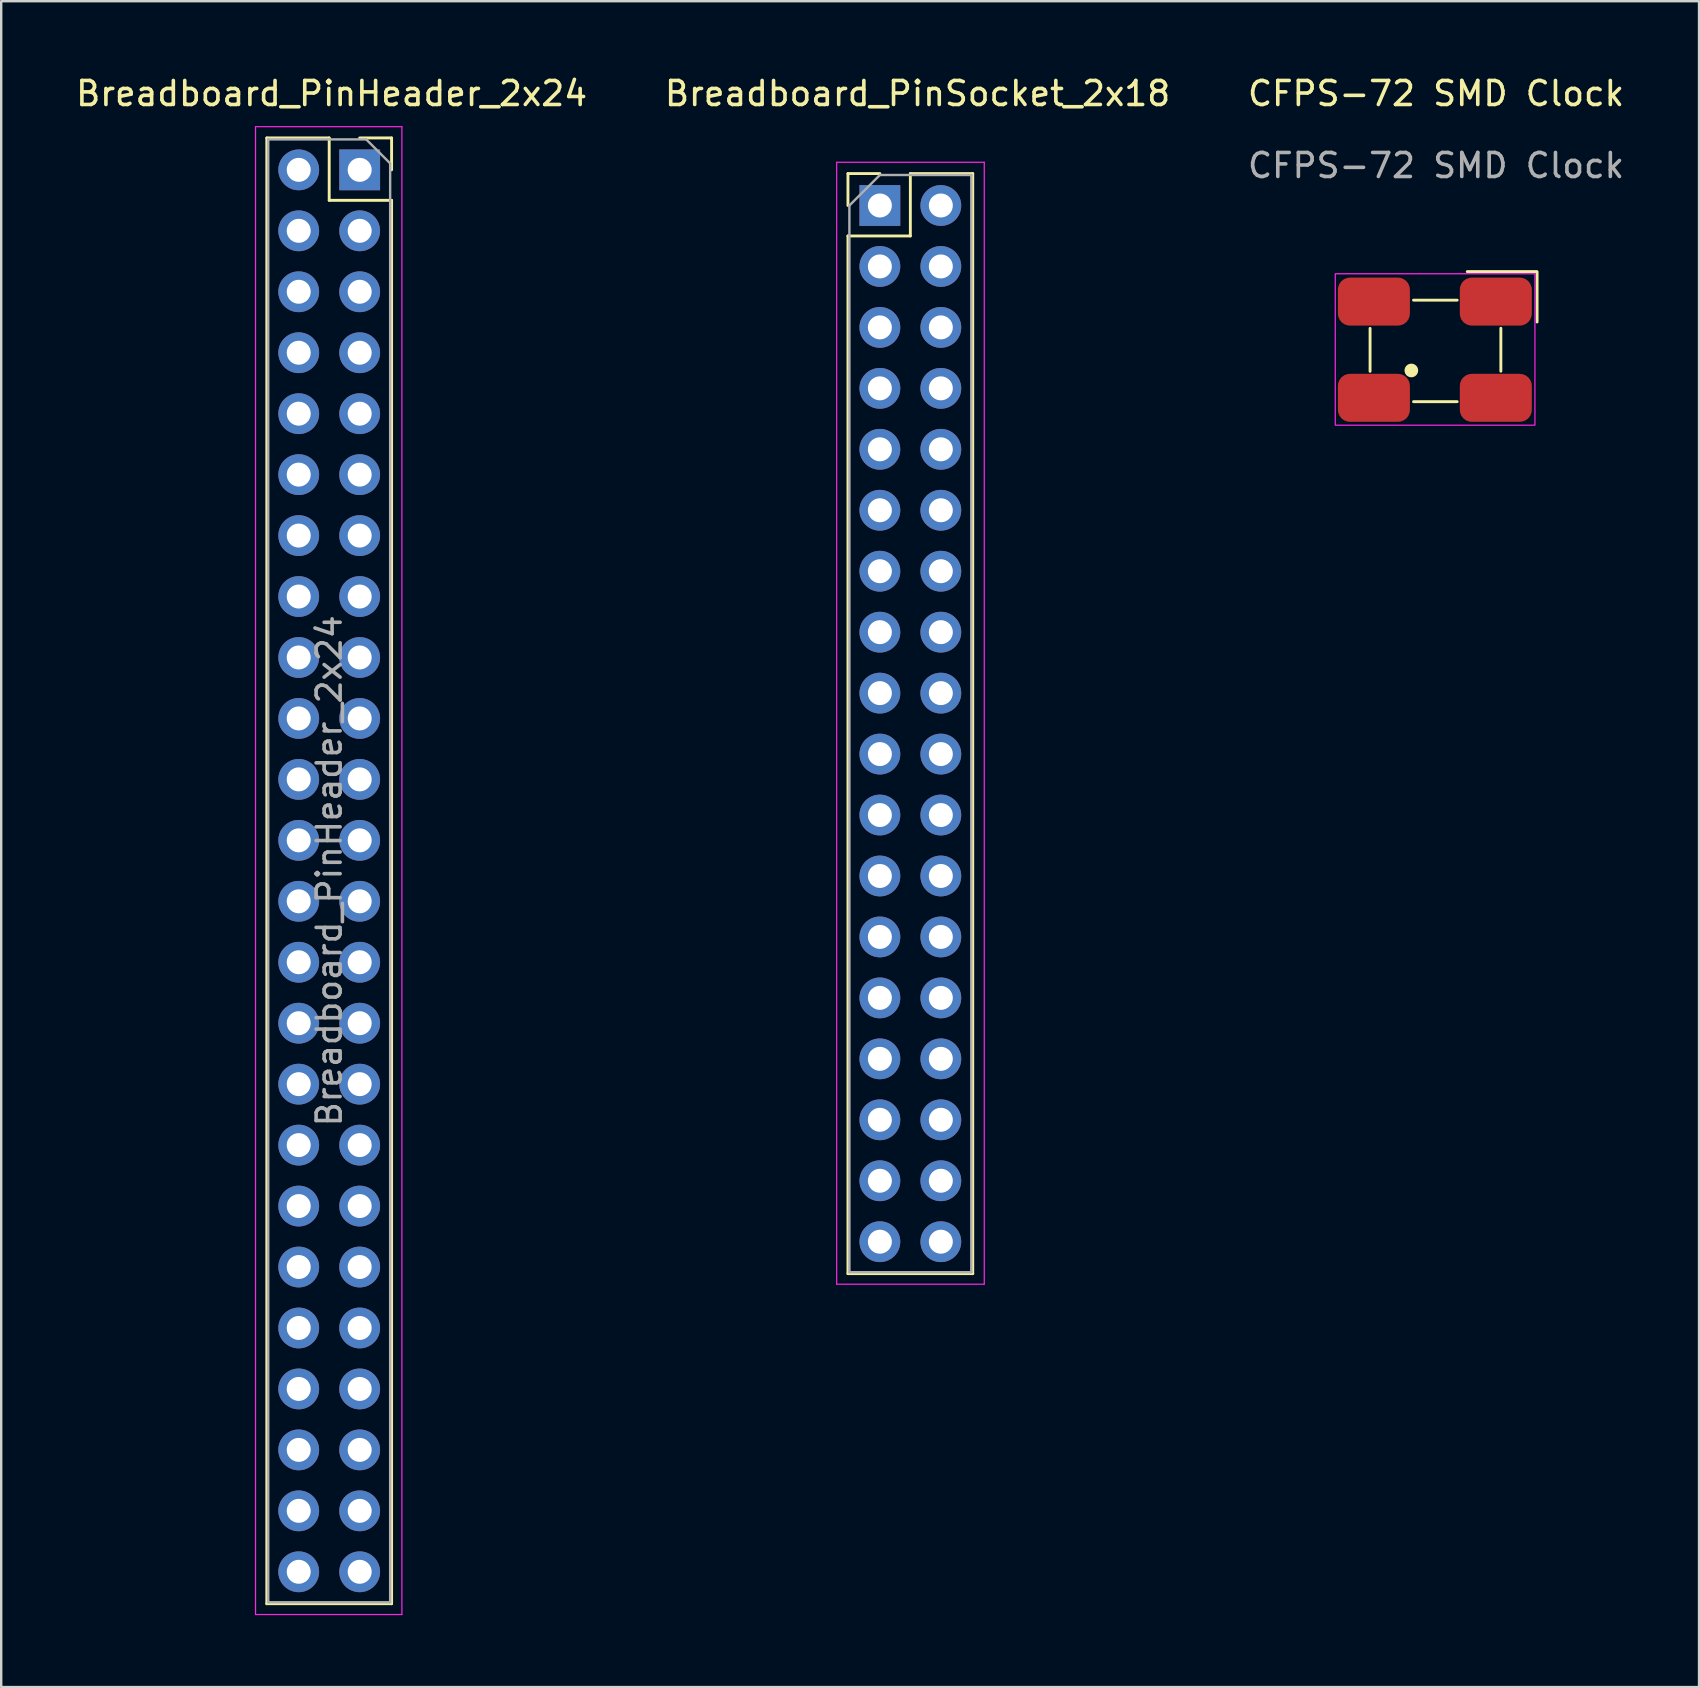
<source format=kicad_pcb>
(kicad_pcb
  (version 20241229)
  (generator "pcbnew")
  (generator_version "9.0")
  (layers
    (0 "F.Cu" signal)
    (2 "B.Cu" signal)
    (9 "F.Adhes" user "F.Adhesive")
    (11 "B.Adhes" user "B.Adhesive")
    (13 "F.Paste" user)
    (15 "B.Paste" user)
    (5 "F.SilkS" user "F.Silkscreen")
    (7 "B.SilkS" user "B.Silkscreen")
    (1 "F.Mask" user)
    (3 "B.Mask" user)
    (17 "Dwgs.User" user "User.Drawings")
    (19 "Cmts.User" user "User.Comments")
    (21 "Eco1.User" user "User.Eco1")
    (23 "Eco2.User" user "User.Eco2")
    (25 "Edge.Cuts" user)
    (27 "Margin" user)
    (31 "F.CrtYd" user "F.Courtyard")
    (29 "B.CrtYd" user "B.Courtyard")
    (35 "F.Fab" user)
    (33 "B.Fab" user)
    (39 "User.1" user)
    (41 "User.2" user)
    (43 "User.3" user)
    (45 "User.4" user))
  (footprint "Breadboard_PinSocket_2x18"
    (layer "F.Cu")
    (at 35.035 19.638)
    (property "Reference" "Breadboard_PinSocket_2x18" (at 0.15 -18.79 0) (unlocked yes) (layer "F.SilkS") (effects (font (size 1 1) (thickness 0.15))))
    (attr through_hole)
    (fp_line (start -2.75 -15.455) (end -1.42 -15.455) (stroke (width 0.12) (type solid)) (layer "F.SilkS"))
    (fp_line (start -2.75 -14.125) (end -2.75 -15.455) (stroke (width 0.12) (type solid)) (layer "F.SilkS"))
    (fp_line (start -2.75 -12.855) (end -2.75 30.385) (stroke (width 0.12) (type solid)) (layer "F.SilkS"))
    (fp_line (start -2.75 -12.855) (end -0.15 -12.855) (stroke (width 0.12) (type solid)) (layer "F.SilkS"))
    (fp_line (start -2.75 30.385) (end 2.45 30.385) (stroke (width 0.12) (type solid)) (layer "F.SilkS"))
    (fp_line (start -0.15 -15.455) (end 2.45 -15.455) (stroke (width 0.12) (type solid)) (layer "F.SilkS"))
    (fp_line (start -0.15 -12.855) (end -0.15 -15.455) (stroke (width 0.12) (type solid)) (layer "F.SilkS"))
    (fp_line (start 2.45 -15.455) (end 2.45 30.385) (stroke (width 0.12) (type solid)) (layer "F.SilkS"))
    (fp_line (start -3.22 -15.925) (end -3.22 30.825) (stroke (width 0.05) (type solid)) (layer "F.CrtYd"))
    (fp_line (start -3.22 30.825) (end 2.93 30.825) (stroke (width 0.05) (type solid)) (layer "F.CrtYd"))
    (fp_line (start 2.93 -15.925) (end -3.22 -15.925) (stroke (width 0.05) (type solid)) (layer "F.CrtYd"))
    (fp_line (start 2.93 30.825) (end 2.93 -15.925) (stroke (width 0.05) (type solid)) (layer "F.CrtYd"))
    (fp_line (start -2.69 -14.125) (end -1.42 -15.395) (stroke (width 0.1) (type solid)) (layer "F.Fab"))
    (fp_line (start -2.69 30.325) (end -2.69 -14.125) (stroke (width 0.1) (type solid)) (layer "F.Fab"))
    (fp_line (start -1.42 -15.395) (end 2.39 -15.395) (stroke (width 0.1) (type solid)) (layer "F.Fab"))
    (fp_line (start 2.39 -15.395) (end 2.39 30.325) (stroke (width 0.1) (type solid)) (layer "F.Fab"))
    (fp_line (start 2.39 30.325) (end -2.69 30.325) (stroke (width 0.1) (type solid)) (layer "F.Fab"))
    (pad "1" thru_hole rect (at -1.42 -14.125) (size 1.7 1.7) (drill 1) (layers "*.Cu" "*.Mask"))
    (pad "2" thru_hole oval (at 1.12 -14.125) (size 1.7 1.7) (drill 1) (layers "*.Cu" "*.Mask"))
    (pad "3" thru_hole oval (at -1.42 -11.585) (size 1.7 1.7) (drill 1) (layers "*.Cu" "*.Mask"))
    (pad "4" thru_hole oval (at 1.12 -11.585) (size 1.7 1.7) (drill 1) (layers "*.Cu" "*.Mask"))
    (pad "5" thru_hole oval (at -1.42 -9.045) (size 1.7 1.7) (drill 1) (layers "*.Cu" "*.Mask"))
    (pad "6" thru_hole oval (at 1.12 -9.045) (size 1.7 1.7) (drill 1) (layers "*.Cu" "*.Mask"))
    (pad "7" thru_hole oval (at -1.42 -6.505) (size 1.7 1.7) (drill 1) (layers "*.Cu" "*.Mask"))
    (pad "8" thru_hole oval (at 1.12 -6.505) (size 1.7 1.7) (drill 1) (layers "*.Cu" "*.Mask"))
    (pad "9" thru_hole oval (at -1.42 -3.965) (size 1.7 1.7) (drill 1) (layers "*.Cu" "*.Mask"))
    (pad "10" thru_hole oval (at 1.12 -3.965) (size 1.7 1.7) (drill 1) (layers "*.Cu" "*.Mask"))
    (pad "11" thru_hole oval (at -1.42 -1.425) (size 1.7 1.7) (drill 1) (layers "*.Cu" "*.Mask"))
    (pad "12" thru_hole oval (at 1.12 -1.425) (size 1.7 1.7) (drill 1) (layers "*.Cu" "*.Mask"))
    (pad "13" thru_hole oval (at -1.42 1.115) (size 1.7 1.7) (drill 1) (layers "*.Cu" "*.Mask"))
    (pad "14" thru_hole oval (at 1.12 1.115) (size 1.7 1.7) (drill 1) (layers "*.Cu" "*.Mask"))
    (pad "15" thru_hole oval (at -1.42 3.655) (size 1.7 1.7) (drill 1) (layers "*.Cu" "*.Mask"))
    (pad "16" thru_hole oval (at 1.12 3.655) (size 1.7 1.7) (drill 1) (layers "*.Cu" "*.Mask"))
    (pad "17" thru_hole oval (at -1.42 6.195) (size 1.7 1.7) (drill 1) (layers "*.Cu" "*.Mask"))
    (pad "18" thru_hole oval (at 1.12 6.195) (size 1.7 1.7) (drill 1) (layers "*.Cu" "*.Mask"))
    (pad "19" thru_hole oval (at -1.42 8.735) (size 1.7 1.7) (drill 1) (layers "*.Cu" "*.Mask"))
    (pad "20" thru_hole oval (at 1.12 8.735) (size 1.7 1.7) (drill 1) (layers "*.Cu" "*.Mask"))
    (pad "21" thru_hole oval (at -1.42 11.275) (size 1.7 1.7) (drill 1) (layers "*.Cu" "*.Mask"))
    (pad "22" thru_hole oval (at 1.12 11.275) (size 1.7 1.7) (drill 1) (layers "*.Cu" "*.Mask"))
    (pad "23" thru_hole oval (at -1.42 13.815) (size 1.7 1.7) (drill 1) (layers "*.Cu" "*.Mask"))
    (pad "24" thru_hole oval (at 1.12 13.815) (size 1.7 1.7) (drill 1) (layers "*.Cu" "*.Mask"))
    (pad "25" thru_hole oval (at -1.42 16.355) (size 1.7 1.7) (drill 1) (layers "*.Cu" "*.Mask"))
    (pad "26" thru_hole oval (at 1.12 16.355) (size 1.7 1.7) (drill 1) (layers "*.Cu" "*.Mask"))
    (pad "27" thru_hole oval (at -1.42 18.895) (size 1.7 1.7) (drill 1) (layers "*.Cu" "*.Mask"))
    (pad "28" thru_hole oval (at 1.12 18.895) (size 1.7 1.7) (drill 1) (layers "*.Cu" "*.Mask"))
    (pad "29" thru_hole oval (at -1.42 21.435) (size 1.7 1.7) (drill 1) (layers "*.Cu" "*.Mask"))
    (pad "30" thru_hole oval (at 1.12 21.435) (size 1.7 1.7) (drill 1) (layers "*.Cu" "*.Mask"))
    (pad "31" thru_hole oval (at -1.42 23.975) (size 1.7 1.7) (drill 1) (layers "*.Cu" "*.Mask"))
    (pad "32" thru_hole oval (at 1.12 23.975) (size 1.7 1.7) (drill 1) (layers "*.Cu" "*.Mask"))
    (pad "33" thru_hole oval (at -1.42 26.515) (size 1.7 1.7) (drill 1) (layers "*.Cu" "*.Mask"))
    (pad "34" thru_hole oval (at 1.12 26.515) (size 1.7 1.7) (drill 1) (layers "*.Cu" "*.Mask"))
    (pad "35" thru_hole oval (at -1.42 29.055) (size 1.7 1.7) (drill 1) (layers "*.Cu" "*.Mask"))
    (pad "36" thru_hole oval (at 1.12 29.055) (size 1.7 1.7) (drill 1) (layers "*.Cu" "*.Mask")))
  (footprint "CFPS-72 SMD Clock"
    (layer "F.Cu")
    (at 56.792 1.348)
    (property "Reference" "CFPS-72 SMD Clock" (at 0 -0.5 0) (unlocked yes) (layer "F.SilkS") (effects (font (size 1 1) (thickness 0.15))))
    (attr smd)
    (fp_line (start -2.75 9.285) (end -2.75 11.075) (stroke (width 0.12) (type solid)) (layer "F.SilkS"))
    (fp_line (start 0.88 8.11) (end -0.94 8.11) (stroke (width 0.12) (type solid)) (layer "F.SilkS"))
    (fp_line (start 0.88 12.34) (end -0.94 12.34) (stroke (width 0.12) (type solid)) (layer "F.SilkS"))
    (fp_line (start 1.3 6.92) (end 4.2 6.92) (stroke (width 0.12) (type solid)) (layer "F.SilkS"))
    (fp_line (start 2.7 9.28) (end 2.7 11.07) (stroke (width 0.12) (type solid)) (layer "F.SilkS"))
    (fp_line (start 4.21 6.94) (end 4.21 9.02) (stroke (width 0.12) (type solid)) (layer "F.SilkS"))
    (fp_circle (center -1.03 11.04) (end -0.806 11.04) (stroke (width 0.12) (type solid)) (fill yes) (layer "F.SilkS"))
    (fp_rect (start -4.2 7.01) (end 4.12 13.32) (stroke (width 0.05) (type solid)) (fill no) (layer "F.CrtYd"))
    (fp_text user "${REFERENCE}" (at 0 2.5 0) (unlocked yes) (layer "F.Fab") (effects (font (size 1 1) (thickness 0.15))))
    (pad "1" smd roundrect (at -2.59 12.18) (size 3 2) (layers "F.Cu" "F.Mask" "F.Paste") (roundrect_rratio 0.25))
    (pad "2" smd roundrect (at 2.49 12.18) (size 3 2) (layers "F.Cu" "F.Mask" "F.Paste") (roundrect_rratio 0.25))
    (pad "3" smd roundrect (at 2.49 8.17) (size 3 2) (layers "F.Cu" "F.Mask" "F.Paste") (roundrect_rratio 0.25))
    (pad "4" smd roundrect (at -2.59 8.17) (size 3 2) (layers "F.Cu" "F.Mask" "F.Paste") (roundrect_rratio 0.25)))
  (footprint "Breadboard_PinHeader_2x24"
    (layer "F.Cu")
    (at 10.758 4.838)
    (property "Reference" "Breadboard_PinHeader_2x24" (at 0.01 -3.99 0) (layer "F.SilkS") (effects (font (size 1 1) (thickness 0.15))))
    (attr through_hole)
    (fp_line (start -2.69 -2.14) (end -2.69 58.94) (stroke (width 0.12) (type solid)) (layer "F.SilkS"))
    (fp_line (start -2.69 -2.14) (end -0.09 -2.14) (stroke (width 0.12) (type solid)) (layer "F.SilkS"))
    (fp_line (start -2.69 58.94) (end 2.51 58.94) (stroke (width 0.12) (type solid)) (layer "F.SilkS"))
    (fp_line (start -0.09 -2.14) (end -0.09 0.46) (stroke (width 0.12) (type solid)) (layer "F.SilkS"))
    (fp_line (start -0.09 0.46) (end 2.51 0.46) (stroke (width 0.12) (type solid)) (layer "F.SilkS"))
    (fp_line (start 1.18 -2.14) (end 2.51 -2.14) (stroke (width 0.12) (type solid)) (layer "F.SilkS"))
    (fp_line (start 2.51 -2.14) (end 2.51 -0.81) (stroke (width 0.12) (type solid)) (layer "F.SilkS"))
    (fp_line (start 2.51 0.46) (end 2.51 58.94) (stroke (width 0.12) (type solid)) (layer "F.SilkS"))
    (fp_line (start -3.16 -2.61) (end 2.94 -2.61) (stroke (width 0.05) (type solid)) (layer "F.CrtYd"))
    (fp_line (start -3.16 59.39) (end -3.16 -2.61) (stroke (width 0.05) (type solid)) (layer "F.CrtYd"))
    (fp_line (start 2.94 -2.61) (end 2.94 59.39) (stroke (width 0.05) (type solid)) (layer "F.CrtYd"))
    (fp_line (start 2.94 59.39) (end -3.16 59.39) (stroke (width 0.05) (type solid)) (layer "F.CrtYd"))
    (fp_line (start -2.63 -2.08) (end 1.45 -2.08) (stroke (width 0.1) (type solid)) (layer "F.Fab"))
    (fp_line (start -2.63 58.88) (end -2.63 -2.08) (stroke (width 0.1) (type solid)) (layer "F.Fab"))
    (fp_line (start 1.45 -2.08) (end 2.45 -1.08) (stroke (width 0.1) (type solid)) (layer "F.Fab"))
    (fp_line (start 2.45 -1.08) (end 2.45 58.88) (stroke (width 0.1) (type solid)) (layer "F.Fab"))
    (fp_line (start 2.45 58.88) (end -2.63 58.88) (stroke (width 0.1) (type solid)) (layer "F.Fab"))
    (fp_text user "${REFERENCE}" (at -0.09 28.4 90) (layer "F.Fab") (effects (font (size 1 1) (thickness 0.15))))
    (pad "1" thru_hole rect (at 1.18 -0.81) (size 1.7 1.7) (drill 1) (layers "*.Cu" "*.Mask"))
    (pad "2" thru_hole oval (at -1.36 -0.81) (size 1.7 1.7) (drill 1) (layers "*.Cu" "*.Mask"))
    (pad "3" thru_hole oval (at 1.18 1.73) (size 1.7 1.7) (drill 1) (layers "*.Cu" "*.Mask"))
    (pad "4" thru_hole oval (at -1.36 1.73) (size 1.7 1.7) (drill 1) (layers "*.Cu" "*.Mask"))
    (pad "5" thru_hole oval (at 1.18 4.27) (size 1.7 1.7) (drill 1) (layers "*.Cu" "*.Mask"))
    (pad "6" thru_hole oval (at -1.36 4.27) (size 1.7 1.7) (drill 1) (layers "*.Cu" "*.Mask"))
    (pad "7" thru_hole oval (at 1.18 6.81) (size 1.7 1.7) (drill 1) (layers "*.Cu" "*.Mask"))
    (pad "8" thru_hole oval (at -1.36 6.81) (size 1.7 1.7) (drill 1) (layers "*.Cu" "*.Mask"))
    (pad "9" thru_hole oval (at 1.18 9.35) (size 1.7 1.7) (drill 1) (layers "*.Cu" "*.Mask"))
    (pad "10" thru_hole oval (at -1.36 9.35) (size 1.7 1.7) (drill 1) (layers "*.Cu" "*.Mask"))
    (pad "11" thru_hole oval (at 1.18 11.89) (size 1.7 1.7) (drill 1) (layers "*.Cu" "*.Mask"))
    (pad "12" thru_hole oval (at -1.36 11.89) (size 1.7 1.7) (drill 1) (layers "*.Cu" "*.Mask"))
    (pad "13" thru_hole oval (at 1.18 14.43) (size 1.7 1.7) (drill 1) (layers "*.Cu" "*.Mask"))
    (pad "14" thru_hole oval (at -1.36 14.43) (size 1.7 1.7) (drill 1) (layers "*.Cu" "*.Mask"))
    (pad "15" thru_hole oval (at 1.18 16.97) (size 1.7 1.7) (drill 1) (layers "*.Cu" "*.Mask"))
    (pad "16" thru_hole oval (at -1.36 16.97) (size 1.7 1.7) (drill 1) (layers "*.Cu" "*.Mask"))
    (pad "17" thru_hole oval (at 1.18 19.51) (size 1.7 1.7) (drill 1) (layers "*.Cu" "*.Mask"))
    (pad "18" thru_hole oval (at -1.36 19.51) (size 1.7 1.7) (drill 1) (layers "*.Cu" "*.Mask"))
    (pad "19" thru_hole oval (at 1.18 22.05) (size 1.7 1.7) (drill 1) (layers "*.Cu" "*.Mask"))
    (pad "20" thru_hole oval (at -1.36 22.05) (size 1.7 1.7) (drill 1) (layers "*.Cu" "*.Mask"))
    (pad "21" thru_hole oval (at 1.18 24.59) (size 1.7 1.7) (drill 1) (layers "*.Cu" "*.Mask"))
    (pad "22" thru_hole oval (at -1.36 24.59) (size 1.7 1.7) (drill 1) (layers "*.Cu" "*.Mask"))
    (pad "23" thru_hole oval (at 1.18 27.13) (size 1.7 1.7) (drill 1) (layers "*.Cu" "*.Mask"))
    (pad "24" thru_hole oval (at -1.36 27.13) (size 1.7 1.7) (drill 1) (layers "*.Cu" "*.Mask"))
    (pad "25" thru_hole oval (at 1.18 29.67) (size 1.7 1.7) (drill 1) (layers "*.Cu" "*.Mask"))
    (pad "26" thru_hole oval (at -1.36 29.67) (size 1.7 1.7) (drill 1) (layers "*.Cu" "*.Mask"))
    (pad "27" thru_hole oval (at 1.18 32.21) (size 1.7 1.7) (drill 1) (layers "*.Cu" "*.Mask"))
    (pad "28" thru_hole oval (at -1.36 32.21) (size 1.7 1.7) (drill 1) (layers "*.Cu" "*.Mask"))
    (pad "29" thru_hole oval (at 1.18 34.75) (size 1.7 1.7) (drill 1) (layers "*.Cu" "*.Mask"))
    (pad "30" thru_hole oval (at -1.36 34.75) (size 1.7 1.7) (drill 1) (layers "*.Cu" "*.Mask"))
    (pad "31" thru_hole oval (at 1.18 37.29) (size 1.7 1.7) (drill 1) (layers "*.Cu" "*.Mask"))
    (pad "32" thru_hole oval (at -1.36 37.29) (size 1.7 1.7) (drill 1) (layers "*.Cu" "*.Mask"))
    (pad "33" thru_hole oval (at 1.18 39.83) (size 1.7 1.7) (drill 1) (layers "*.Cu" "*.Mask"))
    (pad "34" thru_hole oval (at -1.36 39.83) (size 1.7 1.7) (drill 1) (layers "*.Cu" "*.Mask"))
    (pad "35" thru_hole oval (at 1.18 42.37) (size 1.7 1.7) (drill 1) (layers "*.Cu" "*.Mask"))
    (pad "36" thru_hole oval (at -1.36 42.37) (size 1.7 1.7) (drill 1) (layers "*.Cu" "*.Mask"))
    (pad "37" thru_hole oval (at 1.18 44.91) (size 1.7 1.7) (drill 1) (layers "*.Cu" "*.Mask"))
    (pad "38" thru_hole oval (at -1.36 44.91) (size 1.7 1.7) (drill 1) (layers "*.Cu" "*.Mask"))
    (pad "39" thru_hole oval (at 1.18 47.45) (size 1.7 1.7) (drill 1) (layers "*.Cu" "*.Mask"))
    (pad "40" thru_hole oval (at -1.36 47.45) (size 1.7 1.7) (drill 1) (layers "*.Cu" "*.Mask"))
    (pad "41" thru_hole oval (at 1.18 49.99) (size 1.7 1.7) (drill 1) (layers "*.Cu" "*.Mask"))
    (pad "42" thru_hole oval (at -1.36 49.99) (size 1.7 1.7) (drill 1) (layers "*.Cu" "*.Mask"))
    (pad "43" thru_hole oval (at 1.18 52.53) (size 1.7 1.7) (drill 1) (layers "*.Cu" "*.Mask"))
    (pad "44" thru_hole oval (at -1.36 52.53) (size 1.7 1.7) (drill 1) (layers "*.Cu" "*.Mask"))
    (pad "45" thru_hole oval (at 1.18 55.07) (size 1.7 1.7) (drill 1) (layers "*.Cu" "*.Mask"))
    (pad "46" thru_hole oval (at -1.36 55.07) (size 1.7 1.7) (drill 1) (layers "*.Cu" "*.Mask"))
    (pad "47" thru_hole oval (at 1.18 57.61) (size 1.7 1.7) (drill 1) (layers "*.Cu" "*.Mask"))
    (pad "48" thru_hole oval (at -1.36 57.61) (size 1.7 1.7) (drill 1) (layers "*.Cu" "*.Mask")))
  (gr_rect
    (start -3 -3)
    (end 67.75 67.253)
    (stroke (width 0.1) (type default))
    (fill no)
    (layer "Edge.Cuts")))
</source>
